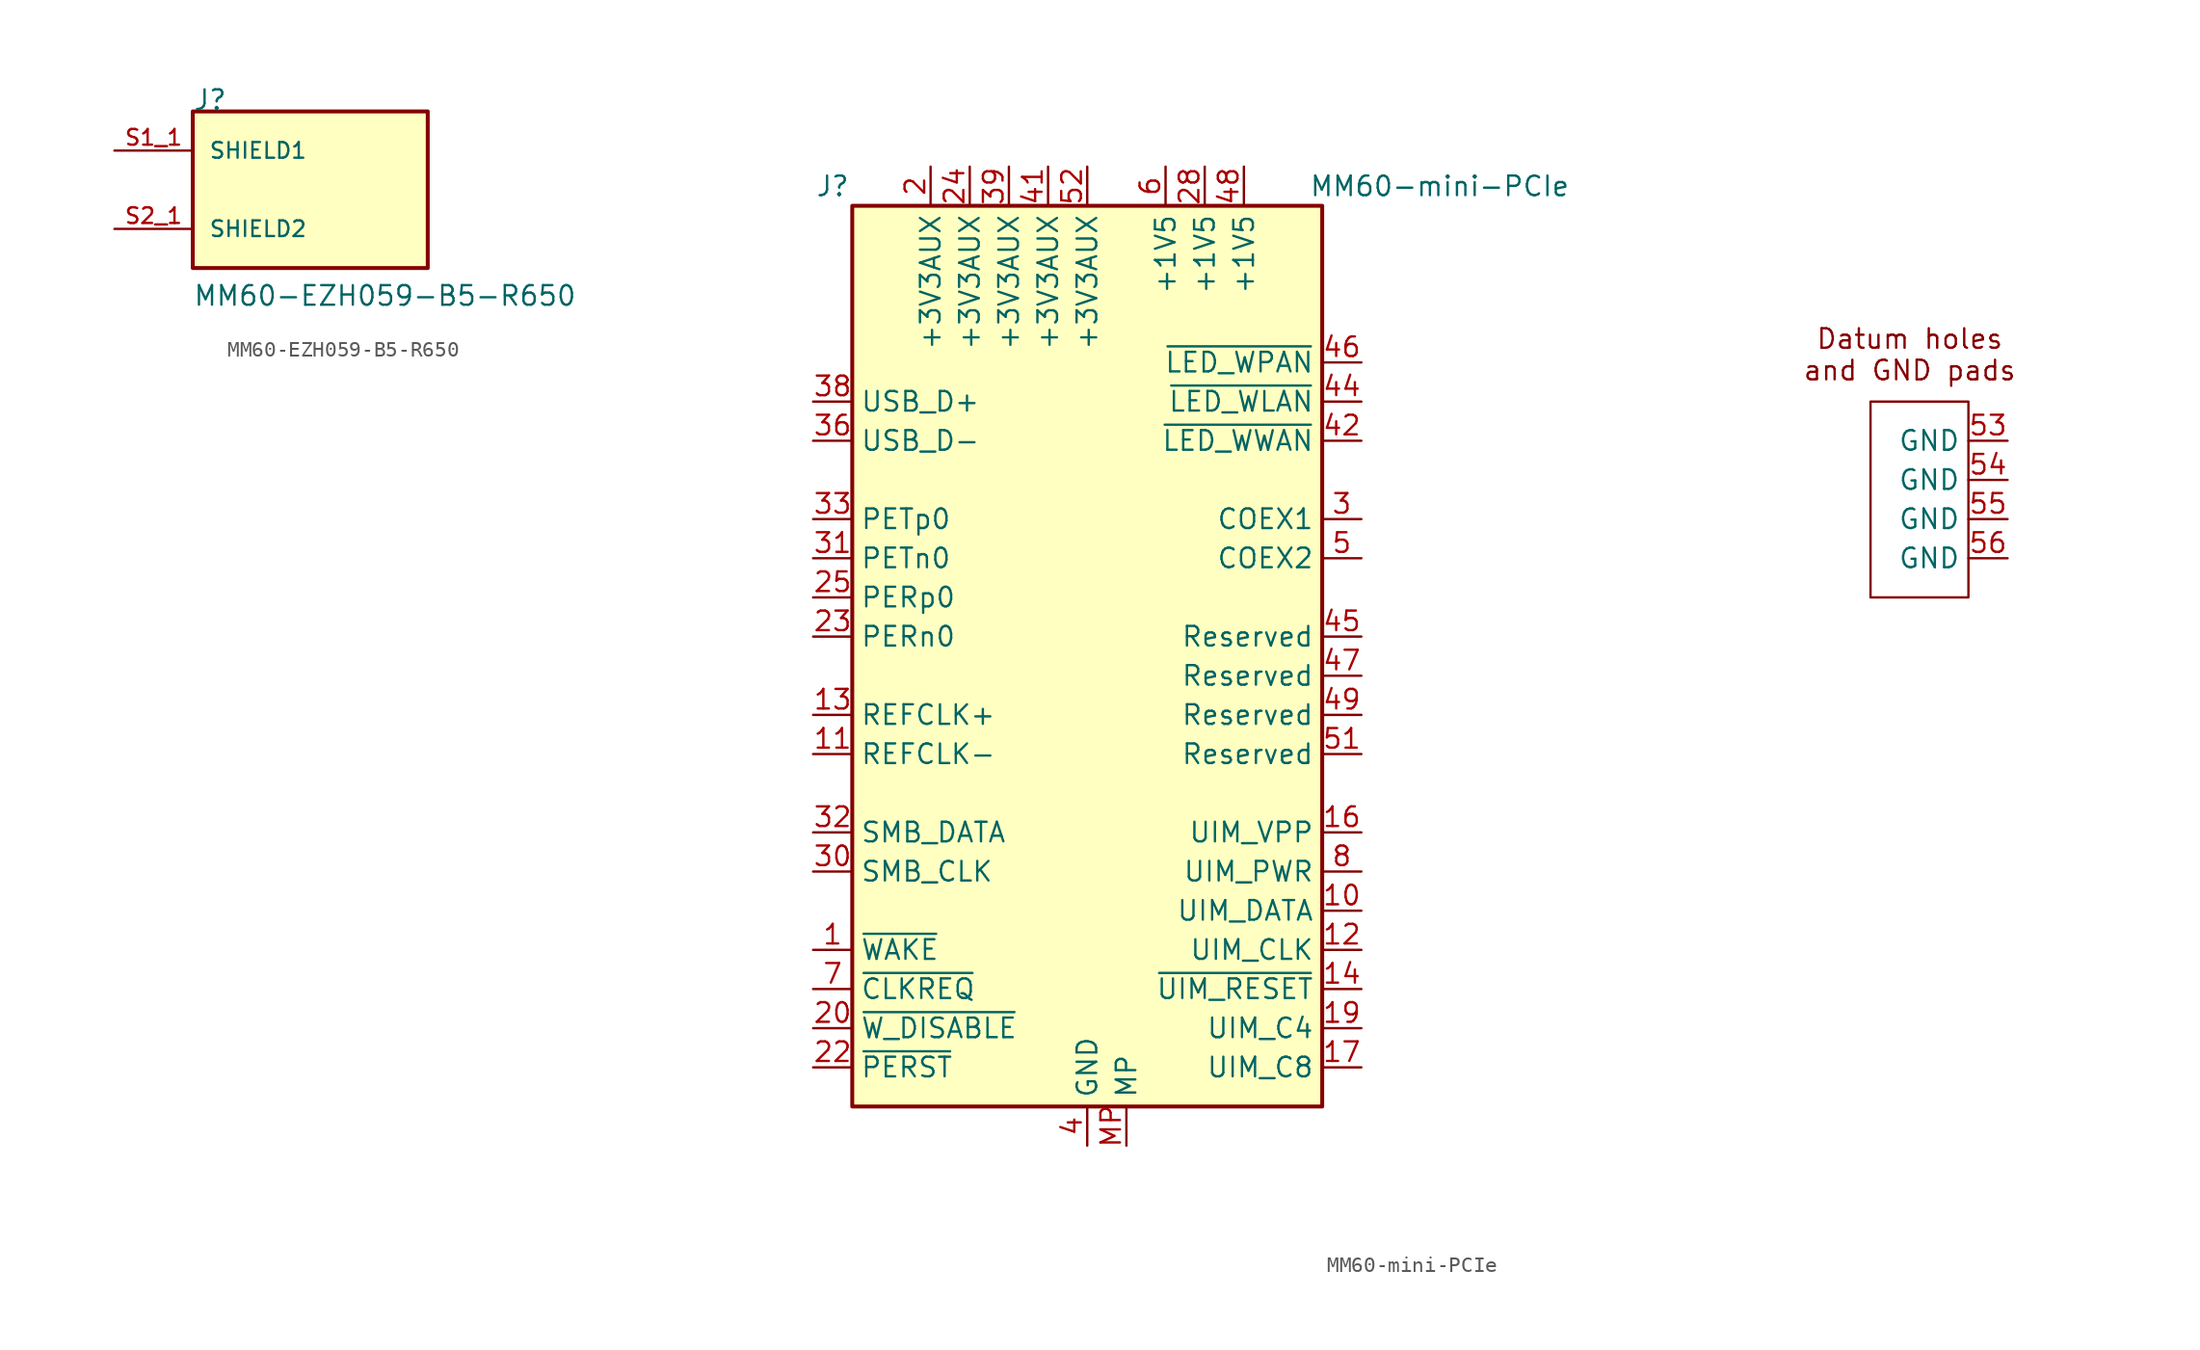
<source format=kicad_sym>
(kicad_symbol_lib
  (version 20231120)
  (generator "kicad_symbol_editor")
  (generator_version "8.0")
  (symbol "MM60-EZH059-B5-R650"
    (pin_names
      (offset 1.016))
    (property "Reference" "J"
      (at -7.62 5.08 0)
      (effects (font (size 1.27 1.27)) (justify left bottom)))
    (property "Value" "MM60-EZH059-B5-R650"
      (at -7.62 -7.62 0)
      (effects (font (size 1.27 1.27)) (justify left bottom)))
    (symbol "MM60-EZH059-B5-R650_0_0"
      (rectangle (start -7.62 -5.08) (end 7.62 5.08) (stroke (width 0.254) (type default)) (fill (type background)))
      (pin passive line (at -12.7 2.54 0) (length 5.08) (name "SHIELD1" (effects (font (size 1.016 1.016)))) (number "S1_1" (effects (font (size 1.016 1.016)))))
      (pin passive line (at -12.7 -2.54 0) (length 5.08) (name "SHIELD2" (effects (font (size 1.016 1.016)))) (number "S2_1" (effects (font (size 1.016 1.016)))))))
  (symbol "MM60-mini-PCIe"
    (property "Reference" "J"
      (at -16.51 31.75 0)
      (effects (font (size 1.27 1.27))))
    (property "Value" "MM60-mini-PCIe"
      (at 22.86 31.75 0)
      (effects (font (size 1.27 1.27))))
    (symbol "MM60-mini-PCIe_0_1"
      (rectangle (start -15.24 30.48) (end 15.24 -27.94) (stroke (width 0.254) (type default)) (fill (type background)))
      (rectangle (start 57.15 17.78) (end 50.8 5.08) (stroke (width 0) (type default)) (fill (type none))))
    (symbol "MM60-mini-PCIe_1_1"
      (text "Datum holes\nand GND pads\n" (at 53.34 20.828 0) (effects (font (size 1.27 1.27))))
      (pin open_collector line (at -17.78 -17.78 0) (length 2.54) (name "~{WAKE}" (effects (font (size 1.27 1.27)))) (number "1" (effects (font (size 1.27 1.27)))))
      (pin bidirectional line (at 17.78 -15.24 180) (length 2.54) (name "UIM_DATA" (effects (font (size 1.27 1.27)))) (number "10" (effects (font (size 1.27 1.27)))))
      (pin input line (at -17.78 -5.08 0) (length 2.54) (name "REFCLK-" (effects (font (size 1.27 1.27)))) (number "11" (effects (font (size 1.27 1.27)))))
      (pin output line (at 17.78 -17.78 180) (length 2.54) (name "UIM_CLK" (effects (font (size 1.27 1.27)))) (number "12" (effects (font (size 1.27 1.27)))))
      (pin input line (at -17.78 -2.54 0) (length 2.54) (name "REFCLK+" (effects (font (size 1.27 1.27)))) (number "13" (effects (font (size 1.27 1.27)))))
      (pin output line (at 17.78 -20.32 180) (length 2.54) (name "~{UIM_RESET}" (effects (font (size 1.27 1.27)))) (number "14" (effects (font (size 1.27 1.27)))))
      (pin passive line (at 0 -30.48 90) (length 2.54) hide (name "GND" (effects (font (size 1.27 1.27)))) (number "15" (effects (font (size 1.27 1.27)))))
      (pin power_out line (at 17.78 -10.16 180) (length 2.54) (name "UIM_VPP" (effects (font (size 1.27 1.27)))) (number "16" (effects (font (size 1.27 1.27)))))
      (pin passive line (at 17.78 -25.4 180) (length 2.54) (name "UIM_C8" (effects (font (size 1.27 1.27)))) (number "17" (effects (font (size 1.27 1.27)))))
      (pin passive line (at 0 -30.48 90) (length 2.54) hide (name "GND" (effects (font (size 1.27 1.27)))) (number "18" (effects (font (size 1.27 1.27)))))
      (pin passive line (at 17.78 -22.86 180) (length 2.54) (name "UIM_C4" (effects (font (size 1.27 1.27)))) (number "19" (effects (font (size 1.27 1.27)))))
      (pin power_in line (at -10.16 33.02 270) (length 2.54) (name "+3V3AUX" (effects (font (size 1.27 1.27)))) (number "2" (effects (font (size 1.27 1.27)))))
      (pin input line (at -17.78 -22.86 0) (length 2.54) (name "~{W_DISABLE}" (effects (font (size 1.27 1.27)))) (number "20" (effects (font (size 1.27 1.27)))))
      (pin passive line (at 0 -30.48 90) (length 2.54) hide (name "GND" (effects (font (size 1.27 1.27)))) (number "21" (effects (font (size 1.27 1.27)))))
      (pin input line (at -17.78 -25.4 0) (length 2.54) (name "~{PERST}" (effects (font (size 1.27 1.27)))) (number "22" (effects (font (size 1.27 1.27)))))
      (pin output line (at -17.78 2.54 0) (length 2.54) (name "PERn0" (effects (font (size 1.27 1.27)))) (number "23" (effects (font (size 1.27 1.27)))))
      (pin power_in line (at -7.62 33.02 270) (length 2.54) (name "+3V3AUX" (effects (font (size 1.27 1.27)))) (number "24" (effects (font (size 1.27 1.27)))))
      (pin output line (at -17.78 5.08 0) (length 2.54) (name "PERp0" (effects (font (size 1.27 1.27)))) (number "25" (effects (font (size 1.27 1.27)))))
      (pin passive line (at 0 -30.48 90) (length 2.54) hide (name "GND" (effects (font (size 1.27 1.27)))) (number "26" (effects (font (size 1.27 1.27)))))
      (pin passive line (at 0 -30.48 90) (length 2.54) hide (name "GND" (effects (font (size 1.27 1.27)))) (number "27" (effects (font (size 1.27 1.27)))))
      (pin power_in line (at 7.62 33.02 270) (length 2.54) (name "+1V5" (effects (font (size 1.27 1.27)))) (number "28" (effects (font (size 1.27 1.27)))))
      (pin passive line (at 0 -30.48 90) (length 2.54) hide (name "GND" (effects (font (size 1.27 1.27)))) (number "29" (effects (font (size 1.27 1.27)))))
      (pin passive line (at 17.78 10.16 180) (length 2.54) (name "COEX1" (effects (font (size 1.27 1.27)))) (number "3" (effects (font (size 1.27 1.27)))))
      (pin input line (at -17.78 -12.7 0) (length 2.54) (name "SMB_CLK" (effects (font (size 1.27 1.27)))) (number "30" (effects (font (size 1.27 1.27)))))
      (pin input line (at -17.78 7.62 0) (length 2.54) (name "PETn0" (effects (font (size 1.27 1.27)))) (number "31" (effects (font (size 1.27 1.27)))))
      (pin bidirectional line (at -17.78 -10.16 0) (length 2.54) (name "SMB_DATA" (effects (font (size 1.27 1.27)))) (number "32" (effects (font (size 1.27 1.27)))))
      (pin input line (at -17.78 10.16 0) (length 2.54) (name "PETp0" (effects (font (size 1.27 1.27)))) (number "33" (effects (font (size 1.27 1.27)))))
      (pin passive line (at 0 -30.48 90) (length 2.54) hide (name "GND" (effects (font (size 1.27 1.27)))) (number "34" (effects (font (size 1.27 1.27)))))
      (pin passive line (at 0 -30.48 90) (length 2.54) hide (name "GND" (effects (font (size 1.27 1.27)))) (number "35" (effects (font (size 1.27 1.27)))))
      (pin bidirectional line (at -17.78 15.24 0) (length 2.54) (name "USB_D-" (effects (font (size 1.27 1.27)))) (number "36" (effects (font (size 1.27 1.27)))))
      (pin passive line (at 0 -30.48 90) (length 2.54) hide (name "GND" (effects (font (size 1.27 1.27)))) (number "37" (effects (font (size 1.27 1.27)))))
      (pin bidirectional line (at -17.78 17.78 0) (length 2.54) (name "USB_D+" (effects (font (size 1.27 1.27)))) (number "38" (effects (font (size 1.27 1.27)))))
      (pin power_in line (at -5.08 33.02 270) (length 2.54) (name "+3V3AUX" (effects (font (size 1.27 1.27)))) (number "39" (effects (font (size 1.27 1.27)))))
      (pin power_in line (at 0 -30.48 90) (length 2.54) (name "GND" (effects (font (size 1.27 1.27)))) (number "4" (effects (font (size 1.27 1.27)))))
      (pin passive line (at 0 -30.48 90) (length 2.54) hide (name "GND" (effects (font (size 1.27 1.27)))) (number "40" (effects (font (size 1.27 1.27)))))
      (pin power_in line (at -2.54 33.02 270) (length 2.54) (name "+3V3AUX" (effects (font (size 1.27 1.27)))) (number "41" (effects (font (size 1.27 1.27)))))
      (pin open_collector line (at 17.78 15.24 180) (length 2.54) (name "~{LED_WWAN}" (effects (font (size 1.27 1.27)))) (number "42" (effects (font (size 1.27 1.27)))))
      (pin passive line (at 0 -30.48 90) (length 2.54) hide (name "GND" (effects (font (size 1.27 1.27)))) (number "43" (effects (font (size 1.27 1.27)))))
      (pin open_collector line (at 17.78 17.78 180) (length 2.54) (name "~{LED_WLAN}" (effects (font (size 1.27 1.27)))) (number "44" (effects (font (size 1.27 1.27)))))
      (pin passive line (at 17.78 2.54 180) (length 2.54) (name "Reserved" (effects (font (size 1.27 1.27)))) (number "45" (effects (font (size 1.27 1.27)))))
      (pin open_collector line (at 17.78 20.32 180) (length 2.54) (name "~{LED_WPAN}" (effects (font (size 1.27 1.27)))) (number "46" (effects (font (size 1.27 1.27)))))
      (pin passive line (at 17.78 0 180) (length 2.54) (name "Reserved" (effects (font (size 1.27 1.27)))) (number "47" (effects (font (size 1.27 1.27)))))
      (pin power_in line (at 10.16 33.02 270) (length 2.54) (name "+1V5" (effects (font (size 1.27 1.27)))) (number "48" (effects (font (size 1.27 1.27)))))
      (pin passive line (at 17.78 -2.54 180) (length 2.54) (name "Reserved" (effects (font (size 1.27 1.27)))) (number "49" (effects (font (size 1.27 1.27)))))
      (pin passive line (at 17.78 7.62 180) (length 2.54) (name "COEX2" (effects (font (size 1.27 1.27)))) (number "5" (effects (font (size 1.27 1.27)))))
      (pin passive line (at 0 -30.48 90) (length 2.54) hide (name "GND" (effects (font (size 1.27 1.27)))) (number "50" (effects (font (size 1.27 1.27)))))
      (pin passive line (at 17.78 -5.08 180) (length 2.54) (name "Reserved" (effects (font (size 1.27 1.27)))) (number "51" (effects (font (size 1.27 1.27)))))
      (pin power_in line (at 0 33.02 270) (length 2.54) (name "+3V3AUX" (effects (font (size 1.27 1.27)))) (number "52" (effects (font (size 1.27 1.27)))))
      (pin passive line (at 59.69 15.24 180) (length 2.54) (name "GND" (effects (font (size 1.27 1.27)))) (number "53" (effects (font (size 1.27 1.27)))))
      (pin passive line (at 59.69 12.7 180) (length 2.54) (name "GND" (effects (font (size 1.27 1.27)))) (number "54" (effects (font (size 1.27 1.27)))))
      (pin passive line (at 59.69 10.16 180) (length 2.54) (name "GND" (effects (font (size 1.27 1.27)))) (number "55" (effects (font (size 1.27 1.27)))))
      (pin passive line (at 59.69 7.62 180) (length 2.54) (name "GND" (effects (font (size 1.27 1.27)))) (number "56" (effects (font (size 1.27 1.27)))))
      (pin power_in line (at 5.08 33.02 270) (length 2.54) (name "+1V5" (effects (font (size 1.27 1.27)))) (number "6" (effects (font (size 1.27 1.27)))))
      (pin open_collector line (at -17.78 -20.32 0) (length 2.54) (name "~{CLKREQ}" (effects (font (size 1.27 1.27)))) (number "7" (effects (font (size 1.27 1.27)))))
      (pin power_out line (at 17.78 -12.7 180) (length 2.54) (name "UIM_PWR" (effects (font (size 1.27 1.27)))) (number "8" (effects (font (size 1.27 1.27)))))
      (pin passive line (at 0 -30.48 90) (length 2.54) hide (name "GND" (effects (font (size 1.27 1.27)))) (number "9" (effects (font (size 1.27 1.27)))))
      (pin passive line (at 2.54 -30.48 90) (length 2.54) (name "MP" (effects (font (size 1.27 1.27)))) (number "MP" (effects (font (size 1.27 1.27))))))))
</source>
